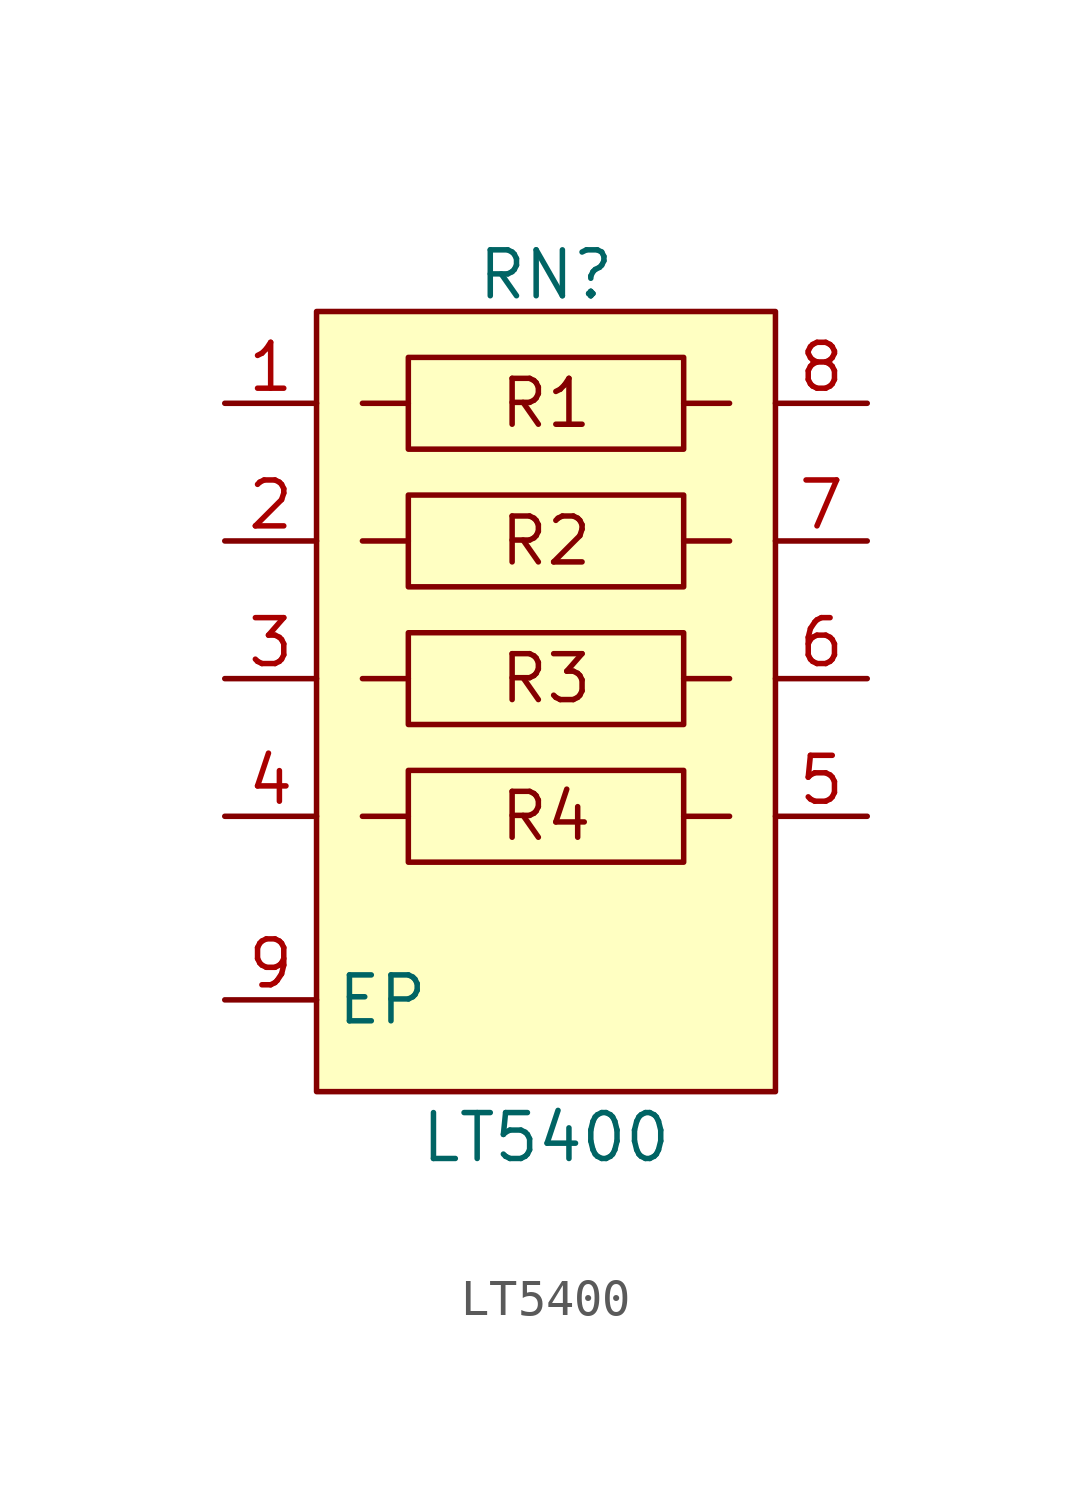
<source format=kicad_sym>
(kicad_symbol_lib
  (version 20241209)
  (generator "kicad_symbol_editor")
  (generator_version "9.0")
  (symbol "LT5400"
    (property "Reference" "RN"
      (at 0 11.176 0)
      (effects (font (size 1.27 1.27))))
    (property "Value" "LT5400"
      (at 0 -12.7 0)
      (effects (font (size 1.27 1.27))))
    (symbol "LT5400_0_0"
      (polyline (pts (xy -3.81 7.62) (xy -5.08 7.62)) (stroke (width 0) (type solid)) (fill (type none)))
      (polyline (pts (xy -3.81 3.81) (xy -5.08 3.81)) (stroke (width 0) (type solid)) (fill (type none)))
      (polyline (pts (xy -3.81 0) (xy -5.08 0)) (stroke (width 0) (type solid)) (fill (type none)))
      (polyline (pts (xy -3.81 -3.81) (xy -5.08 -3.81)) (stroke (width 0) (type solid)) (fill (type none)))
      (polyline (pts (xy 3.81 7.62) (xy 5.08 7.62)) (stroke (width 0) (type solid)) (fill (type none)))
      (polyline (pts (xy 3.81 3.81) (xy 5.08 3.81)) (stroke (width 0) (type solid)) (fill (type none)))
      (polyline (pts (xy 3.81 0) (xy 5.08 0)) (stroke (width 0) (type solid)) (fill (type none)))
      (polyline (pts (xy 3.81 -3.81) (xy 5.08 -3.81)) (stroke (width 0) (type solid)) (fill (type none)))
      (text "R4" (at 0 -3.81 0) (effects (font (size 1.27 1.27)))))
    (symbol "LT5400_0_1"
      (rectangle (start -6.35 10.16) (end 6.35 -11.43) (stroke (width 0) (type solid)) (fill (type background)))
      (rectangle (start -3.81 -2.54) (end 3.81 -5.08) (stroke (width 0) (type solid)) (fill (type none))))
    (symbol "LT5400_1_1"
      (rectangle (start -3.81 8.89) (end 3.81 6.35) (stroke (width 0) (type solid)) (fill (type none)))
      (rectangle (start -3.81 5.08) (end 3.81 2.54) (stroke (width 0) (type solid)) (fill (type none)))
      (rectangle (start -3.81 1.27) (end 3.81 -1.27) (stroke (width 0) (type solid)) (fill (type none)))
      (text "R1" (at 0 7.62 0) (effects (font (size 1.27 1.27))))
      (text "R2" (at 0 3.81 0) (effects (font (size 1.27 1.27))))
      (text "R3" (at 0 0 0) (effects (font (size 1.27 1.27))))
      (pin passive line (at -8.89 7.62 0) (length 2.54) (name "~" (effects (font (size 1.27 1.27)))) (number "1" (effects (font (size 1.27 1.27)))))
      (pin passive line (at -8.89 3.81 0) (length 2.54) (name "~" (effects (font (size 1.27 1.27)))) (number "2" (effects (font (size 1.27 1.27)))))
      (pin passive line (at -8.89 0 0) (length 2.54) (name "~" (effects (font (size 1.27 1.27)))) (number "3" (effects (font (size 1.27 1.27)))))
      (pin passive line (at -8.89 -3.81 0) (length 2.54) (name "~" (effects (font (size 1.27 1.27)))) (number "4" (effects (font (size 1.27 1.27)))))
      (pin passive line (at -8.89 -8.89 0) (length 2.54) (name "EP" (effects (font (size 1.27 1.27)))) (number "9" (effects (font (size 1.27 1.27)))))
      (pin passive line (at 8.89 7.62 180) (length 2.54) (name "~" (effects (font (size 1.27 1.27)))) (number "8" (effects (font (size 1.27 1.27)))))
      (pin passive line (at 8.89 3.81 180) (length 2.54) (name "~" (effects (font (size 1.27 1.27)))) (number "7" (effects (font (size 1.27 1.27)))))
      (pin passive line (at 8.89 0 180) (length 2.54) (name "~" (effects (font (size 1.27 1.27)))) (number "6" (effects (font (size 1.27 1.27)))))
      (pin passive line (at 8.89 -3.81 180) (length 2.54) (name "~" (effects (font (size 1.27 1.27)))) (number "5" (effects (font (size 1.27 1.27))))))))
</source>
